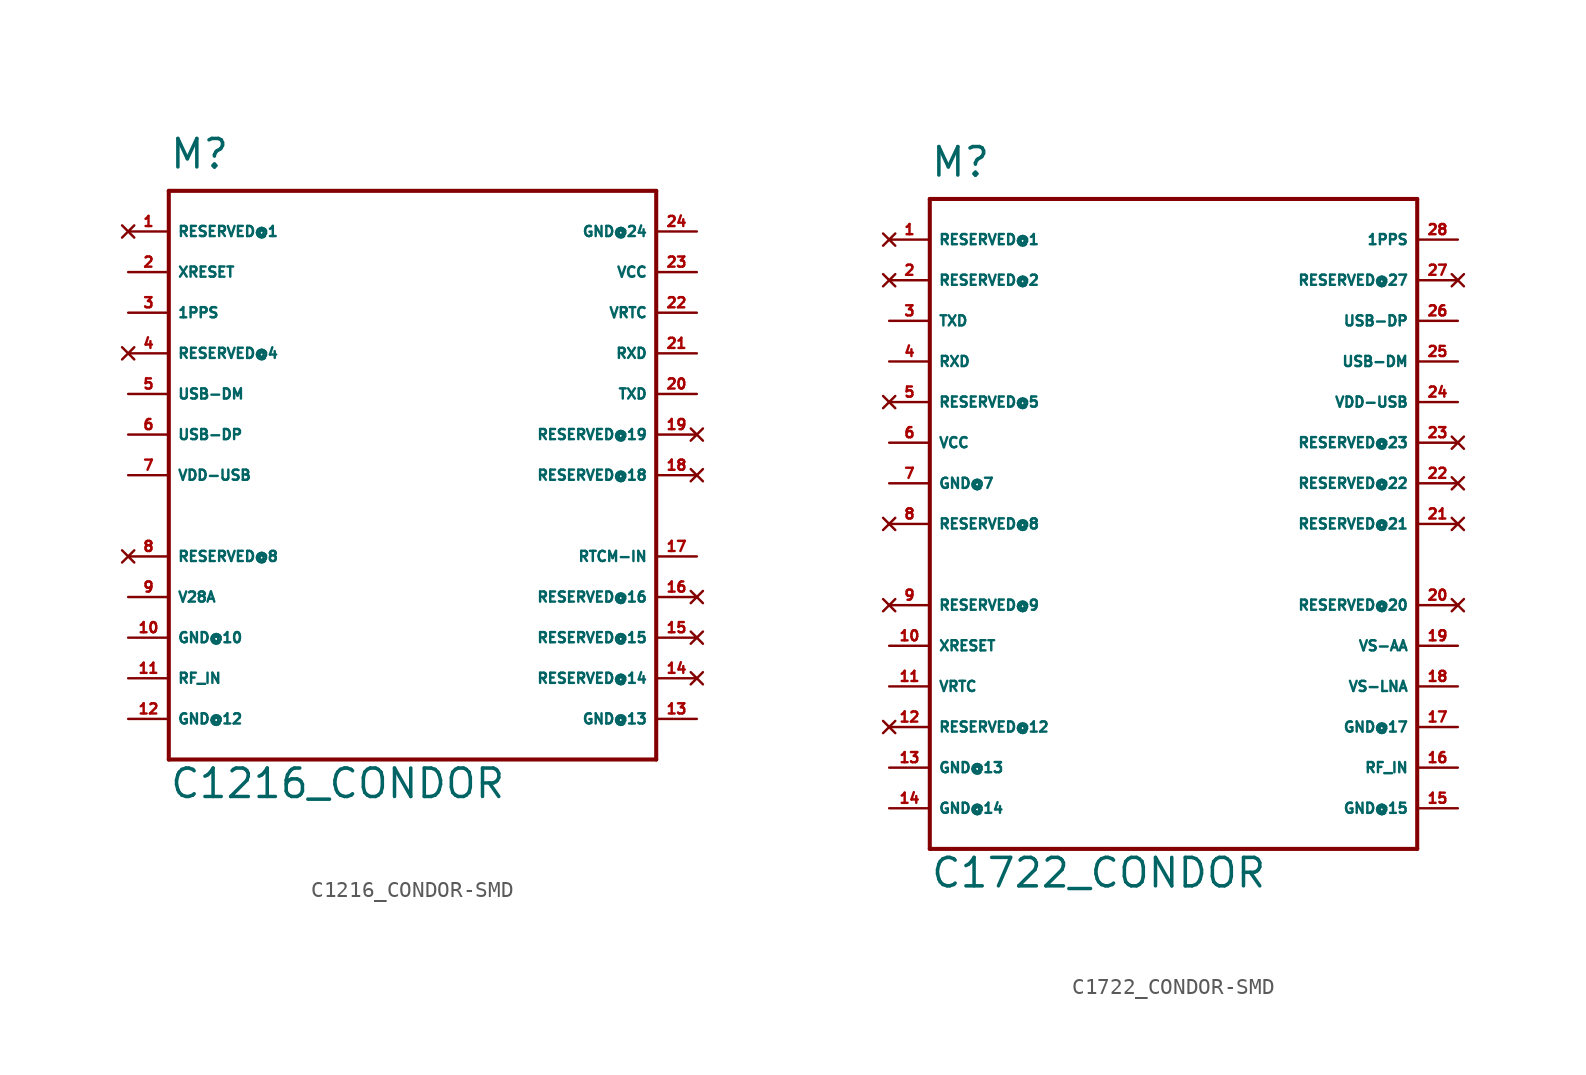
<source format=kicad_sym>
(kicad_symbol_lib
  (version 20220914)
  (generator Eagle2Kicad)
  (symbol "C1216_CONDOR-SMD"
    (property "Reference" "M"
      (at -15.24 19.05 0)
      (effects (font (size 1.778 1.778) (thickness 0.22)) (justify left bottom)))
    (property "Value" "C1216_CONDOR"
      (at -15.24 -20.32 0)
      (effects (font (size 1.778 1.778) (thickness 0.22)) (justify left bottom)))
    (polyline
      (pts (xy 15.24 -17.78) (xy 15.24 17.78))
      (stroke (width 0.254) (type default))
      (fill (type none)))
    (polyline
      (pts (xy 15.24 17.78) (xy -15.24 17.78))
      (stroke (width 0.254) (type default))
      (fill (type none)))
    (polyline
      (pts (xy -15.24 17.78) (xy -15.24 -17.78))
      (stroke (width 0.254) (type default))
      (fill (type none)))
    (polyline
      (pts (xy -15.24 -17.78) (xy 15.24 -17.78))
      (stroke (width 0.254) (type default))
      (fill (type none)))
    (pin unspecified line
      (at -17.78 -10.16 0)
      (length 2.54)
      (name "GND@10" (effects (font (size 0.635 0.635) (thickness 0.08)) (justify left bottom)))
      (number "10" (effects (font (size 0.635 0.635) (thickness 0.08)) (justify left bottom))))
    (pin unspecified line
      (at -17.78 -15.24 0)
      (length 2.54)
      (name "GND@12" (effects (font (size 0.635 0.635) (thickness 0.08)) (justify left bottom)))
      (number "12" (effects (font (size 0.635 0.635) (thickness 0.08)) (justify left bottom))))
    (pin input line
      (at -17.78 -12.7 0)
      (length 2.54)
      (name "RF_IN" (effects (font (size 0.635 0.635) (thickness 0.08)) (justify left bottom)))
      (number "11" (effects (font (size 0.635 0.635) (thickness 0.08)) (justify left bottom))))
    (pin unspecified line
      (at 17.78 -15.24 180)
      (length 2.54)
      (name "GND@13" (effects (font (size 0.635 0.635) (thickness 0.08)) (justify left bottom)))
      (number "13" (effects (font (size 0.635 0.635) (thickness 0.08)) (justify left bottom))))
    (pin input line
      (at 17.78 -5.08 180)
      (length 2.54)
      (name "RTCM-IN" (effects (font (size 0.635 0.635) (thickness 0.08)) (justify left bottom)))
      (number "17" (effects (font (size 0.635 0.635) (thickness 0.08)) (justify left bottom))))
    (pin output line
      (at 17.78 5.08 180)
      (length 2.54)
      (name "TXD" (effects (font (size 0.635 0.635) (thickness 0.08)) (justify left bottom)))
      (number "20" (effects (font (size 0.635 0.635) (thickness 0.08)) (justify left bottom))))
    (pin input line
      (at 17.78 7.62 180)
      (length 2.54)
      (name "RXD" (effects (font (size 0.635 0.635) (thickness 0.08)) (justify left bottom)))
      (number "21" (effects (font (size 0.635 0.635) (thickness 0.08)) (justify left bottom))))
    (pin input line
      (at 17.78 10.16 180)
      (length 2.54)
      (name "VRTC" (effects (font (size 0.635 0.635) (thickness 0.08)) (justify left bottom)))
      (number "22" (effects (font (size 0.635 0.635) (thickness 0.08)) (justify left bottom))))
    (pin unspecified line
      (at 17.78 12.7 180)
      (length 2.54)
      (name "VCC" (effects (font (size 0.635 0.635) (thickness 0.08)) (justify left bottom)))
      (number "23" (effects (font (size 0.635 0.635) (thickness 0.08)) (justify left bottom))))
    (pin unspecified line
      (at 17.78 15.24 180)
      (length 2.54)
      (name "GND@24" (effects (font (size 0.635 0.635) (thickness 0.08)) (justify left bottom)))
      (number "24" (effects (font (size 0.635 0.635) (thickness 0.08)) (justify left bottom))))
    (pin no_connect line
      (at -17.78 15.24 0)
      (length 2.54)
      (name "RESERVED@1" (effects (font (size 0.635 0.635) (thickness 0.08)) (justify left bottom) hide))
      (number "1" (effects (font (size 0.635 0.635) (thickness 0.08)) (justify left bottom) hide)))
    (pin input line
      (at -17.78 12.7 0)
      (length 2.54)
      (name "XRESET" (effects (font (size 0.635 0.635) (thickness 0.08)) (justify left bottom)))
      (number "2" (effects (font (size 0.635 0.635) (thickness 0.08)) (justify left bottom))))
    (pin output line
      (at -17.78 10.16 0)
      (length 2.54)
      (name "1PPS" (effects (font (size 0.635 0.635) (thickness 0.08)) (justify left bottom)))
      (number "3" (effects (font (size 0.635 0.635) (thickness 0.08)) (justify left bottom))))
    (pin no_connect line
      (at -17.78 7.62 0)
      (length 2.54)
      (name "RESERVED@4" (effects (font (size 0.635 0.635) (thickness 0.08)) (justify left bottom) hide))
      (number "4" (effects (font (size 0.635 0.635) (thickness 0.08)) (justify left bottom) hide)))
    (pin bidirectional line
      (at -17.78 5.08 0)
      (length 2.54)
      (name "USB-DM" (effects (font (size 0.635 0.635) (thickness 0.08)) (justify left bottom)))
      (number "5" (effects (font (size 0.635 0.635) (thickness 0.08)) (justify left bottom))))
    (pin bidirectional line
      (at -17.78 2.54 0)
      (length 2.54)
      (name "USB-DP" (effects (font (size 0.635 0.635) (thickness 0.08)) (justify left bottom)))
      (number "6" (effects (font (size 0.635 0.635) (thickness 0.08)) (justify left bottom))))
    (pin input line
      (at -17.78 0 0)
      (length 2.54)
      (name "VDD-USB" (effects (font (size 0.635 0.635) (thickness 0.08)) (justify left bottom)))
      (number "7" (effects (font (size 0.635 0.635) (thickness 0.08)) (justify left bottom))))
    (pin no_connect line
      (at -17.78 -5.08 0)
      (length 2.54)
      (name "RESERVED@8" (effects (font (size 0.635 0.635) (thickness 0.08)) (justify left bottom) hide))
      (number "8" (effects (font (size 0.635 0.635) (thickness 0.08)) (justify left bottom) hide)))
    (pin output line
      (at -17.78 -7.62 0)
      (length 2.54)
      (name "V28A" (effects (font (size 0.635 0.635) (thickness 0.08)) (justify left bottom)))
      (number "9" (effects (font (size 0.635 0.635) (thickness 0.08)) (justify left bottom))))
    (pin no_connect line
      (at 17.78 -12.7 180)
      (length 2.54)
      (name "RESERVED@14" (effects (font (size 0.635 0.635) (thickness 0.08)) (justify left bottom) hide))
      (number "14" (effects (font (size 0.635 0.635) (thickness 0.08)) (justify left bottom) hide)))
    (pin no_connect line
      (at 17.78 -10.16 180)
      (length 2.54)
      (name "RESERVED@15" (effects (font (size 0.635 0.635) (thickness 0.08)) (justify left bottom) hide))
      (number "15" (effects (font (size 0.635 0.635) (thickness 0.08)) (justify left bottom) hide)))
    (pin no_connect line
      (at 17.78 -7.62 180)
      (length 2.54)
      (name "RESERVED@16" (effects (font (size 0.635 0.635) (thickness 0.08)) (justify left bottom) hide))
      (number "16" (effects (font (size 0.635 0.635) (thickness 0.08)) (justify left bottom) hide)))
    (pin no_connect line
      (at 17.78 0 180)
      (length 2.54)
      (name "RESERVED@18" (effects (font (size 0.635 0.635) (thickness 0.08)) (justify left bottom) hide))
      (number "18" (effects (font (size 0.635 0.635) (thickness 0.08)) (justify left bottom) hide)))
    (pin no_connect line
      (at 17.78 2.54 180)
      (length 2.54)
      (name "RESERVED@19" (effects (font (size 0.635 0.635) (thickness 0.08)) (justify left bottom) hide))
      (number "19" (effects (font (size 0.635 0.635) (thickness 0.08)) (justify left bottom) hide))))
  (symbol "C1722_CONDOR-SMD"
    (property "Reference" "M"
      (at -15.24 21.59 0)
      (effects (font (size 1.778 1.778) (thickness 0.22)) (justify left bottom)))
    (property "Value" "C1722_CONDOR"
      (at -15.24 -22.86 0)
      (effects (font (size 1.778 1.778) (thickness 0.22)) (justify left bottom)))
    (polyline
      (pts (xy 15.24 -20.32) (xy 15.24 20.32))
      (stroke (width 0.254) (type default))
      (fill (type none)))
    (polyline
      (pts (xy 15.24 20.32) (xy -15.24 20.32))
      (stroke (width 0.254) (type default))
      (fill (type none)))
    (polyline
      (pts (xy -15.24 20.32) (xy -15.24 -20.32))
      (stroke (width 0.254) (type default))
      (fill (type none)))
    (polyline
      (pts (xy -15.24 -20.32) (xy 15.24 -20.32))
      (stroke (width 0.254) (type default))
      (fill (type none)))
    (pin unspecified line
      (at -17.78 2.54 0)
      (length 2.54)
      (name "GND@7" (effects (font (size 0.635 0.635) (thickness 0.08)) (justify left bottom)))
      (number "7" (effects (font (size 0.635 0.635) (thickness 0.08)) (justify left bottom))))
    (pin unspecified line
      (at -17.78 -15.24 0)
      (length 2.54)
      (name "GND@13" (effects (font (size 0.635 0.635) (thickness 0.08)) (justify left bottom)))
      (number "13" (effects (font (size 0.635 0.635) (thickness 0.08)) (justify left bottom))))
    (pin input line
      (at 17.78 -15.24 180)
      (length 2.54)
      (name "RF_IN" (effects (font (size 0.635 0.635) (thickness 0.08)) (justify left bottom)))
      (number "16" (effects (font (size 0.635 0.635) (thickness 0.08)) (justify left bottom))))
    (pin unspecified line
      (at -17.78 -17.78 0)
      (length 2.54)
      (name "GND@14" (effects (font (size 0.635 0.635) (thickness 0.08)) (justify left bottom)))
      (number "14" (effects (font (size 0.635 0.635) (thickness 0.08)) (justify left bottom))))
    (pin output line
      (at -17.78 12.7 0)
      (length 2.54)
      (name "TXD" (effects (font (size 0.635 0.635) (thickness 0.08)) (justify left bottom)))
      (number "3" (effects (font (size 0.635 0.635) (thickness 0.08)) (justify left bottom))))
    (pin input line
      (at -17.78 10.16 0)
      (length 2.54)
      (name "RXD" (effects (font (size 0.635 0.635) (thickness 0.08)) (justify left bottom)))
      (number "4" (effects (font (size 0.635 0.635) (thickness 0.08)) (justify left bottom))))
    (pin input line
      (at -17.78 -10.16 0)
      (length 2.54)
      (name "VRTC" (effects (font (size 0.635 0.635) (thickness 0.08)) (justify left bottom)))
      (number "11" (effects (font (size 0.635 0.635) (thickness 0.08)) (justify left bottom))))
    (pin unspecified line
      (at -17.78 5.08 0)
      (length 2.54)
      (name "VCC" (effects (font (size 0.635 0.635) (thickness 0.08)) (justify left bottom)))
      (number "6" (effects (font (size 0.635 0.635) (thickness 0.08)) (justify left bottom))))
    (pin unspecified line
      (at 17.78 -17.78 180)
      (length 2.54)
      (name "GND@15" (effects (font (size 0.635 0.635) (thickness 0.08)) (justify left bottom)))
      (number "15" (effects (font (size 0.635 0.635) (thickness 0.08)) (justify left bottom))))
    (pin no_connect line
      (at -17.78 17.78 0)
      (length 2.54)
      (name "RESERVED@1" (effects (font (size 0.635 0.635) (thickness 0.08)) (justify left bottom) hide))
      (number "1" (effects (font (size 0.635 0.635) (thickness 0.08)) (justify left bottom) hide)))
    (pin input line
      (at -17.78 -7.62 0)
      (length 2.54)
      (name "XRESET" (effects (font (size 0.635 0.635) (thickness 0.08)) (justify left bottom)))
      (number "10" (effects (font (size 0.635 0.635) (thickness 0.08)) (justify left bottom))))
    (pin output line
      (at 17.78 17.78 180)
      (length 2.54)
      (name "1PPS" (effects (font (size 0.635 0.635) (thickness 0.08)) (justify left bottom)))
      (number "28" (effects (font (size 0.635 0.635) (thickness 0.08)) (justify left bottom))))
    (pin no_connect line
      (at -17.78 15.24 0)
      (length 2.54)
      (name "RESERVED@2" (effects (font (size 0.635 0.635) (thickness 0.08)) (justify left bottom) hide))
      (number "2" (effects (font (size 0.635 0.635) (thickness 0.08)) (justify left bottom) hide)))
    (pin bidirectional line
      (at 17.78 10.16 180)
      (length 2.54)
      (name "USB-DM" (effects (font (size 0.635 0.635) (thickness 0.08)) (justify left bottom)))
      (number "25" (effects (font (size 0.635 0.635) (thickness 0.08)) (justify left bottom))))
    (pin bidirectional line
      (at 17.78 12.7 180)
      (length 2.54)
      (name "USB-DP" (effects (font (size 0.635 0.635) (thickness 0.08)) (justify left bottom)))
      (number "26" (effects (font (size 0.635 0.635) (thickness 0.08)) (justify left bottom))))
    (pin input line
      (at 17.78 7.62 180)
      (length 2.54)
      (name "VDD-USB" (effects (font (size 0.635 0.635) (thickness 0.08)) (justify left bottom)))
      (number "24" (effects (font (size 0.635 0.635) (thickness 0.08)) (justify left bottom))))
    (pin no_connect line
      (at -17.78 7.62 0)
      (length 2.54)
      (name "RESERVED@5" (effects (font (size 0.635 0.635) (thickness 0.08)) (justify left bottom) hide))
      (number "5" (effects (font (size 0.635 0.635) (thickness 0.08)) (justify left bottom) hide)))
    (pin output line
      (at 17.78 -7.62 180)
      (length 2.54)
      (name "VS-AA" (effects (font (size 0.635 0.635) (thickness 0.08)) (justify left bottom)))
      (number "19" (effects (font (size 0.635 0.635) (thickness 0.08)) (justify left bottom))))
    (pin no_connect line
      (at -17.78 0 0)
      (length 2.54)
      (name "RESERVED@8" (effects (font (size 0.635 0.635) (thickness 0.08)) (justify left bottom) hide))
      (number "8" (effects (font (size 0.635 0.635) (thickness 0.08)) (justify left bottom) hide)))
    (pin no_connect line
      (at -17.78 -5.08 0)
      (length 2.54)
      (name "RESERVED@9" (effects (font (size 0.635 0.635) (thickness 0.08)) (justify left bottom) hide))
      (number "9" (effects (font (size 0.635 0.635) (thickness 0.08)) (justify left bottom) hide)))
    (pin no_connect line
      (at -17.78 -12.7 0)
      (length 2.54)
      (name "RESERVED@12" (effects (font (size 0.635 0.635) (thickness 0.08)) (justify left bottom) hide))
      (number "12" (effects (font (size 0.635 0.635) (thickness 0.08)) (justify left bottom) hide)))
    (pin no_connect line
      (at 17.78 -5.08 180)
      (length 2.54)
      (name "RESERVED@20" (effects (font (size 0.635 0.635) (thickness 0.08)) (justify left bottom) hide))
      (number "20" (effects (font (size 0.635 0.635) (thickness 0.08)) (justify left bottom) hide)))
    (pin no_connect line
      (at 17.78 0 180)
      (length 2.54)
      (name "RESERVED@21" (effects (font (size 0.635 0.635) (thickness 0.08)) (justify left bottom) hide))
      (number "21" (effects (font (size 0.635 0.635) (thickness 0.08)) (justify left bottom) hide)))
    (pin unspecified line
      (at 17.78 -12.7 180)
      (length 2.54)
      (name "GND@17" (effects (font (size 0.635 0.635) (thickness 0.08)) (justify left bottom)))
      (number "17" (effects (font (size 0.635 0.635) (thickness 0.08)) (justify left bottom))))
    (pin no_connect line
      (at 17.78 2.54 180)
      (length 2.54)
      (name "RESERVED@22" (effects (font (size 0.635 0.635) (thickness 0.08)) (justify left bottom) hide))
      (number "22" (effects (font (size 0.635 0.635) (thickness 0.08)) (justify left bottom) hide)))
    (pin no_connect line
      (at 17.78 5.08 180)
      (length 2.54)
      (name "RESERVED@23" (effects (font (size 0.635 0.635) (thickness 0.08)) (justify left bottom) hide))
      (number "23" (effects (font (size 0.635 0.635) (thickness 0.08)) (justify left bottom) hide)))
    (pin input line
      (at 17.78 -10.16 180)
      (length 2.54)
      (name "VS-LNA" (effects (font (size 0.635 0.635) (thickness 0.08)) (justify left bottom)))
      (number "18" (effects (font (size 0.635 0.635) (thickness 0.08)) (justify left bottom))))
    (pin no_connect line
      (at 17.78 15.24 180)
      (length 2.54)
      (name "RESERVED@27" (effects (font (size 0.635 0.635) (thickness 0.08)) (justify left bottom) hide))
      (number "27" (effects (font (size 0.635 0.635) (thickness 0.08)) (justify left bottom) hide)))))
</source>
